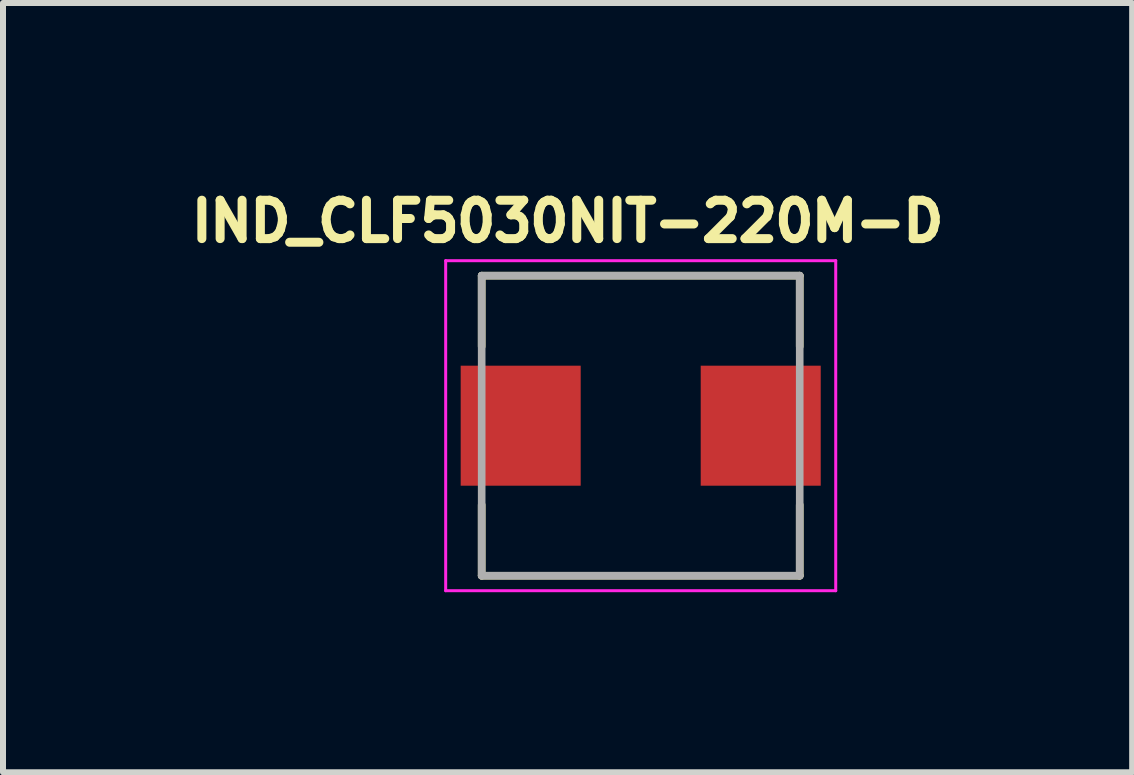
<source format=kicad_pcb>
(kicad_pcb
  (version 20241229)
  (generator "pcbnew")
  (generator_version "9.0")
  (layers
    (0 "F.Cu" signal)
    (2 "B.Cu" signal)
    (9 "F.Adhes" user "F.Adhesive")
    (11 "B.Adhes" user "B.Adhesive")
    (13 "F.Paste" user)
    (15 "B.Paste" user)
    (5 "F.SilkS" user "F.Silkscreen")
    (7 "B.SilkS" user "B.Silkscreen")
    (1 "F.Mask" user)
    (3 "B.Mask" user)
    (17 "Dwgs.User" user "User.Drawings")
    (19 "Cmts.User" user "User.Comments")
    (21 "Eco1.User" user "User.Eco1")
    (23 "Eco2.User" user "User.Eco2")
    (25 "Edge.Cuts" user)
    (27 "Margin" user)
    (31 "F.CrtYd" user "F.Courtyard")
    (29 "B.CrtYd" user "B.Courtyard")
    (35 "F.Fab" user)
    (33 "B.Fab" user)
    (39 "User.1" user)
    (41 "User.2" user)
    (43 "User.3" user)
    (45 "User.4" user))
  (footprint "IND_CLF5030NIT-220M-D"
    (layer "F.Cu")
    (at 7.627 4.044)
    (property "Reference" "IND_CLF5030NIT-220M-D" (at -1.218 -3.406 0) (layer "F.SilkS") (effects (font (size 0.64 0.64) (thickness 0.15))))
    (attr smd)
    (fp_line (start -2.65 -2.5) (end -2.65 -1.32) (stroke (width 0.127) (type solid)) (layer "F.SilkS"))
    (fp_line (start -2.65 -2.5) (end 2.65 -2.5) (stroke (width 0.127) (type solid)) (layer "F.SilkS"))
    (fp_line (start -2.65 2.5) (end -2.65 1.32) (stroke (width 0.127) (type solid)) (layer "F.SilkS"))
    (fp_line (start -2.65 2.5) (end 2.65 2.5) (stroke (width 0.127) (type solid)) (layer "F.SilkS"))
    (fp_line (start 2.65 -2.5) (end 2.65 -1.32) (stroke (width 0.127) (type solid)) (layer "F.SilkS"))
    (fp_line (start 2.65 2.5) (end 2.65 1.32) (stroke (width 0.127) (type solid)) (layer "F.SilkS"))
    (fp_line (start -3.25 -2.75) (end -3.25 2.75) (stroke (width 0.05) (type solid)) (layer "F.CrtYd"))
    (fp_line (start -3.25 2.75) (end 3.25 2.75) (stroke (width 0.05) (type solid)) (layer "F.CrtYd"))
    (fp_line (start 3.25 -2.75) (end -3.25 -2.75) (stroke (width 0.05) (type solid)) (layer "F.CrtYd"))
    (fp_line (start 3.25 2.75) (end 3.25 -2.75) (stroke (width 0.05) (type solid)) (layer "F.CrtYd"))
    (fp_line (start -2.65 -2.5) (end -2.65 2.5) (stroke (width 0.127) (type solid)) (layer "F.Fab"))
    (fp_line (start -2.65 -2.5) (end 2.65 -2.5) (stroke (width 0.127) (type solid)) (layer "F.Fab"))
    (fp_line (start -2.65 2.5) (end 2.65 2.5) (stroke (width 0.127) (type solid)) (layer "F.Fab"))
    (fp_line (start 2.65 -2.5) (end 2.65 2.5) (stroke (width 0.127) (type solid)) (layer "F.Fab"))
    (pad "1" smd rect (at -2 0) (size 2 2) (layers "F.Cu" "F.Mask" "F.Paste"))
    (pad "2" smd rect (at 2 0) (size 2 2) (layers "F.Cu" "F.Mask" "F.Paste")))
  (gr_rect
    (start -3 -3)
    (end 15.817 9.819)
    (stroke (width 0.1) (type default))
    (fill no)
    (layer "Edge.Cuts")))
</source>
